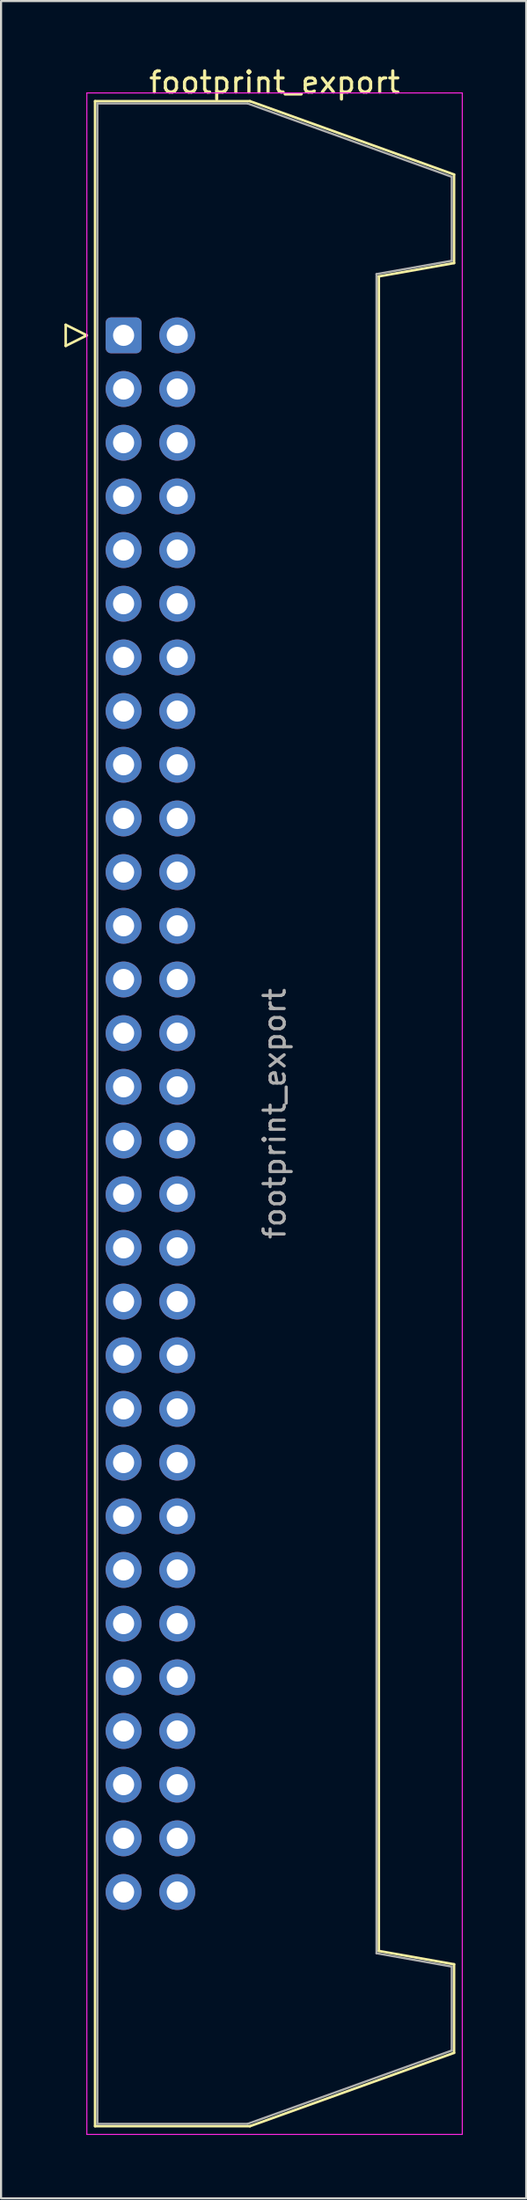
<source format=kicad_pcb>
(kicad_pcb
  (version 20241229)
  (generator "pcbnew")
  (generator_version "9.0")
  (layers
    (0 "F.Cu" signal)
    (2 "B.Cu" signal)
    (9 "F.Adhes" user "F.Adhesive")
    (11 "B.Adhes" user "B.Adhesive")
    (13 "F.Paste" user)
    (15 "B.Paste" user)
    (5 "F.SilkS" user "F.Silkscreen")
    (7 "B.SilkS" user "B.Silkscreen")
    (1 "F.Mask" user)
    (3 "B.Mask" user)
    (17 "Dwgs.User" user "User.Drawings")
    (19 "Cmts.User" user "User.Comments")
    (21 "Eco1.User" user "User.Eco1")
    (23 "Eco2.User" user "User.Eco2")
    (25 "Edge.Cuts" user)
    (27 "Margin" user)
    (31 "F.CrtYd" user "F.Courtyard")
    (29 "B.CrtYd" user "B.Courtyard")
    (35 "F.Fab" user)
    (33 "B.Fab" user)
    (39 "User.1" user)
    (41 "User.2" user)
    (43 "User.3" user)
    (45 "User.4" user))
  (footprint "footprint_export"
    (layer "F.Cu")
    (at 2.8 12.818)
    (property "Reference" "footprint_export" (at 7.145 -11.97 0) (layer "F.SilkS") (effects (font (size 1 1) (thickness 0.15))))
    (attr through_hole)
    (fp_line (start -2.74 -0.5) (end -2.74 0.5) (stroke (width 0.12) (type solid)) (layer "F.SilkS"))
    (fp_line (start -2.74 0.5) (end -1.74 0) (stroke (width 0.12) (type solid)) (layer "F.SilkS"))
    (fp_line (start -1.74 0) (end -2.74 -0.5) (stroke (width 0.12) (type solid)) (layer "F.SilkS"))
    (fp_line (start -1.35 -11.08) (end 5.98 -11.08) (stroke (width 0.12) (type solid)) (layer "F.SilkS"))
    (fp_line (start -1.35 84.74) (end -1.35 -11.08) (stroke (width 0.12) (type solid)) (layer "F.SilkS"))
    (fp_line (start 5.98 -11.08) (end 15.64 -7.61) (stroke (width 0.12) (type solid)) (layer "F.SilkS"))
    (fp_line (start 5.98 84.74) (end -1.35 84.74) (stroke (width 0.12) (type solid)) (layer "F.SilkS"))
    (fp_line (start 12.08 -2.79) (end 12.08 76.45) (stroke (width 0.12) (type solid)) (layer "F.SilkS"))
    (fp_line (start 12.08 76.45) (end 15.64 77.08) (stroke (width 0.12) (type solid)) (layer "F.SilkS"))
    (fp_line (start 15.64 -7.61) (end 15.64 -3.42) (stroke (width 0.12) (type solid)) (layer "F.SilkS"))
    (fp_line (start 15.64 -3.42) (end 12.08 -2.79) (stroke (width 0.12) (type solid)) (layer "F.SilkS"))
    (fp_line (start 15.64 77.08) (end 15.64 81.27) (stroke (width 0.12) (type solid)) (layer "F.SilkS"))
    (fp_line (start 15.64 81.27) (end 5.98 84.74) (stroke (width 0.12) (type solid)) (layer "F.SilkS"))
    (fp_line (start -1.74 -11.47) (end -1.74 85.13) (stroke (width 0.05) (type solid)) (layer "F.CrtYd"))
    (fp_line (start -1.74 85.13) (end 16.03 85.13) (stroke (width 0.05) (type solid)) (layer "F.CrtYd"))
    (fp_line (start 16.03 -11.47) (end -1.74 -11.47) (stroke (width 0.05) (type solid)) (layer "F.CrtYd"))
    (fp_line (start 16.03 85.13) (end 16.03 -11.47) (stroke (width 0.05) (type solid)) (layer "F.CrtYd"))
    (fp_line (start -1.24 -10.97) (end 5.87 -10.97) (stroke (width 0.1) (type solid)) (layer "F.Fab"))
    (fp_line (start -1.24 84.63) (end -1.24 -10.97) (stroke (width 0.1) (type solid)) (layer "F.Fab"))
    (fp_line (start 5.87 -10.97) (end 15.53 -7.5) (stroke (width 0.1) (type solid)) (layer "F.Fab"))
    (fp_line (start 5.87 84.63) (end -1.24 84.63) (stroke (width 0.1) (type solid)) (layer "F.Fab"))
    (fp_line (start 11.97 -2.9) (end 11.97 76.56) (stroke (width 0.1) (type solid)) (layer "F.Fab"))
    (fp_line (start 11.97 76.56) (end 15.53 77.19) (stroke (width 0.1) (type solid)) (layer "F.Fab"))
    (fp_line (start 15.53 -7.5) (end 15.53 -3.53) (stroke (width 0.1) (type solid)) (layer "F.Fab"))
    (fp_line (start 15.53 -3.53) (end 11.97 -2.9) (stroke (width 0.1) (type solid)) (layer "F.Fab"))
    (fp_line (start 15.53 77.19) (end 15.53 81.16) (stroke (width 0.1) (type solid)) (layer "F.Fab"))
    (fp_line (start 15.53 81.16) (end 5.87 84.63) (stroke (width 0.1) (type solid)) (layer "F.Fab"))
    (fp_text user "${REFERENCE}" (at 7.145 36.83 90) (layer "F.Fab") (effects (font (size 1 1) (thickness 0.15))))
    (pad "1" thru_hole roundrect (at 0 0) (size 1.7 1.7) (drill 1) (layers "*.Cu" "*.Mask") (roundrect_rratio 0.147))
    (pad "2" thru_hole circle (at 2.54 0) (size 1.7 1.7) (drill 1) (layers "*.Cu" "*.Mask"))
    (pad "3" thru_hole circle (at 0 2.54) (size 1.7 1.7) (drill 1) (layers "*.Cu" "*.Mask"))
    (pad "4" thru_hole circle (at 2.54 2.54) (size 1.7 1.7) (drill 1) (layers "*.Cu" "*.Mask"))
    (pad "5" thru_hole circle (at 0 5.08) (size 1.7 1.7) (drill 1) (layers "*.Cu" "*.Mask"))
    (pad "6" thru_hole circle (at 2.54 5.08) (size 1.7 1.7) (drill 1) (layers "*.Cu" "*.Mask"))
    (pad "7" thru_hole circle (at 0 7.62) (size 1.7 1.7) (drill 1) (layers "*.Cu" "*.Mask"))
    (pad "8" thru_hole circle (at 2.54 7.62) (size 1.7 1.7) (drill 1) (layers "*.Cu" "*.Mask"))
    (pad "9" thru_hole circle (at 0 10.16) (size 1.7 1.7) (drill 1) (layers "*.Cu" "*.Mask"))
    (pad "10" thru_hole circle (at 2.54 10.16) (size 1.7 1.7) (drill 1) (layers "*.Cu" "*.Mask"))
    (pad "11" thru_hole circle (at 0 12.7) (size 1.7 1.7) (drill 1) (layers "*.Cu" "*.Mask"))
    (pad "12" thru_hole circle (at 2.54 12.7) (size 1.7 1.7) (drill 1) (layers "*.Cu" "*.Mask"))
    (pad "13" thru_hole circle (at 0 15.24) (size 1.7 1.7) (drill 1) (layers "*.Cu" "*.Mask"))
    (pad "14" thru_hole circle (at 2.54 15.24) (size 1.7 1.7) (drill 1) (layers "*.Cu" "*.Mask"))
    (pad "15" thru_hole circle (at 0 17.78) (size 1.7 1.7) (drill 1) (layers "*.Cu" "*.Mask"))
    (pad "16" thru_hole circle (at 2.54 17.78) (size 1.7 1.7) (drill 1) (layers "*.Cu" "*.Mask"))
    (pad "17" thru_hole circle (at 0 20.32) (size 1.7 1.7) (drill 1) (layers "*.Cu" "*.Mask"))
    (pad "18" thru_hole circle (at 2.54 20.32) (size 1.7 1.7) (drill 1) (layers "*.Cu" "*.Mask"))
    (pad "19" thru_hole circle (at 0 22.86) (size 1.7 1.7) (drill 1) (layers "*.Cu" "*.Mask"))
    (pad "20" thru_hole circle (at 2.54 22.86) (size 1.7 1.7) (drill 1) (layers "*.Cu" "*.Mask"))
    (pad "21" thru_hole circle (at 0 25.4) (size 1.7 1.7) (drill 1) (layers "*.Cu" "*.Mask"))
    (pad "22" thru_hole circle (at 2.54 25.4) (size 1.7 1.7) (drill 1) (layers "*.Cu" "*.Mask"))
    (pad "23" thru_hole circle (at 0 27.94) (size 1.7 1.7) (drill 1) (layers "*.Cu" "*.Mask"))
    (pad "24" thru_hole circle (at 2.54 27.94) (size 1.7 1.7) (drill 1) (layers "*.Cu" "*.Mask"))
    (pad "25" thru_hole circle (at 0 30.48) (size 1.7 1.7) (drill 1) (layers "*.Cu" "*.Mask"))
    (pad "26" thru_hole circle (at 2.54 30.48) (size 1.7 1.7) (drill 1) (layers "*.Cu" "*.Mask"))
    (pad "27" thru_hole circle (at 0 33.02) (size 1.7 1.7) (drill 1) (layers "*.Cu" "*.Mask"))
    (pad "28" thru_hole circle (at 2.54 33.02) (size 1.7 1.7) (drill 1) (layers "*.Cu" "*.Mask"))
    (pad "29" thru_hole circle (at 0 35.56) (size 1.7 1.7) (drill 1) (layers "*.Cu" "*.Mask"))
    (pad "30" thru_hole circle (at 2.54 35.56) (size 1.7 1.7) (drill 1) (layers "*.Cu" "*.Mask"))
    (pad "31" thru_hole circle (at 0 38.1) (size 1.7 1.7) (drill 1) (layers "*.Cu" "*.Mask"))
    (pad "32" thru_hole circle (at 2.54 38.1) (size 1.7 1.7) (drill 1) (layers "*.Cu" "*.Mask"))
    (pad "33" thru_hole circle (at 0 40.64) (size 1.7 1.7) (drill 1) (layers "*.Cu" "*.Mask"))
    (pad "34" thru_hole circle (at 2.54 40.64) (size 1.7 1.7) (drill 1) (layers "*.Cu" "*.Mask"))
    (pad "35" thru_hole circle (at 0 43.18) (size 1.7 1.7) (drill 1) (layers "*.Cu" "*.Mask"))
    (pad "36" thru_hole circle (at 2.54 43.18) (size 1.7 1.7) (drill 1) (layers "*.Cu" "*.Mask"))
    (pad "37" thru_hole circle (at 0 45.72) (size 1.7 1.7) (drill 1) (layers "*.Cu" "*.Mask"))
    (pad "38" thru_hole circle (at 2.54 45.72) (size 1.7 1.7) (drill 1) (layers "*.Cu" "*.Mask"))
    (pad "39" thru_hole circle (at 0 48.26) (size 1.7 1.7) (drill 1) (layers "*.Cu" "*.Mask"))
    (pad "40" thru_hole circle (at 2.54 48.26) (size 1.7 1.7) (drill 1) (layers "*.Cu" "*.Mask"))
    (pad "41" thru_hole circle (at 0 50.8) (size 1.7 1.7) (drill 1) (layers "*.Cu" "*.Mask"))
    (pad "42" thru_hole circle (at 2.54 50.8) (size 1.7 1.7) (drill 1) (layers "*.Cu" "*.Mask"))
    (pad "43" thru_hole circle (at 0 53.34) (size 1.7 1.7) (drill 1) (layers "*.Cu" "*.Mask"))
    (pad "44" thru_hole circle (at 2.54 53.34) (size 1.7 1.7) (drill 1) (layers "*.Cu" "*.Mask"))
    (pad "45" thru_hole circle (at 0 55.88) (size 1.7 1.7) (drill 1) (layers "*.Cu" "*.Mask"))
    (pad "46" thru_hole circle (at 2.54 55.88) (size 1.7 1.7) (drill 1) (layers "*.Cu" "*.Mask"))
    (pad "47" thru_hole circle (at 0 58.42) (size 1.7 1.7) (drill 1) (layers "*.Cu" "*.Mask"))
    (pad "48" thru_hole circle (at 2.54 58.42) (size 1.7 1.7) (drill 1) (layers "*.Cu" "*.Mask"))
    (pad "49" thru_hole circle (at 0 60.96) (size 1.7 1.7) (drill 1) (layers "*.Cu" "*.Mask"))
    (pad "50" thru_hole circle (at 2.54 60.96) (size 1.7 1.7) (drill 1) (layers "*.Cu" "*.Mask"))
    (pad "51" thru_hole circle (at 0 63.5) (size 1.7 1.7) (drill 1) (layers "*.Cu" "*.Mask"))
    (pad "52" thru_hole circle (at 2.54 63.5) (size 1.7 1.7) (drill 1) (layers "*.Cu" "*.Mask"))
    (pad "53" thru_hole circle (at 0 66.04) (size 1.7 1.7) (drill 1) (layers "*.Cu" "*.Mask"))
    (pad "54" thru_hole circle (at 2.54 66.04) (size 1.7 1.7) (drill 1) (layers "*.Cu" "*.Mask"))
    (pad "55" thru_hole circle (at 0 68.58) (size 1.7 1.7) (drill 1) (layers "*.Cu" "*.Mask"))
    (pad "56" thru_hole circle (at 2.54 68.58) (size 1.7 1.7) (drill 1) (layers "*.Cu" "*.Mask"))
    (pad "57" thru_hole circle (at 0 71.12) (size 1.7 1.7) (drill 1) (layers "*.Cu" "*.Mask"))
    (pad "58" thru_hole circle (at 2.54 71.12) (size 1.7 1.7) (drill 1) (layers "*.Cu" "*.Mask"))
    (pad "59" thru_hole circle (at 0 73.66) (size 1.7 1.7) (drill 1) (layers "*.Cu" "*.Mask"))
    (pad "60" thru_hole circle (at 2.54 73.66) (size 1.7 1.7) (drill 1) (layers "*.Cu" "*.Mask")))
  (gr_rect
    (start -3 -3)
    (end 21.855 100.973)
    (stroke (width 0.1) (type default))
    (fill no)
    (layer "Edge.Cuts")))
</source>
